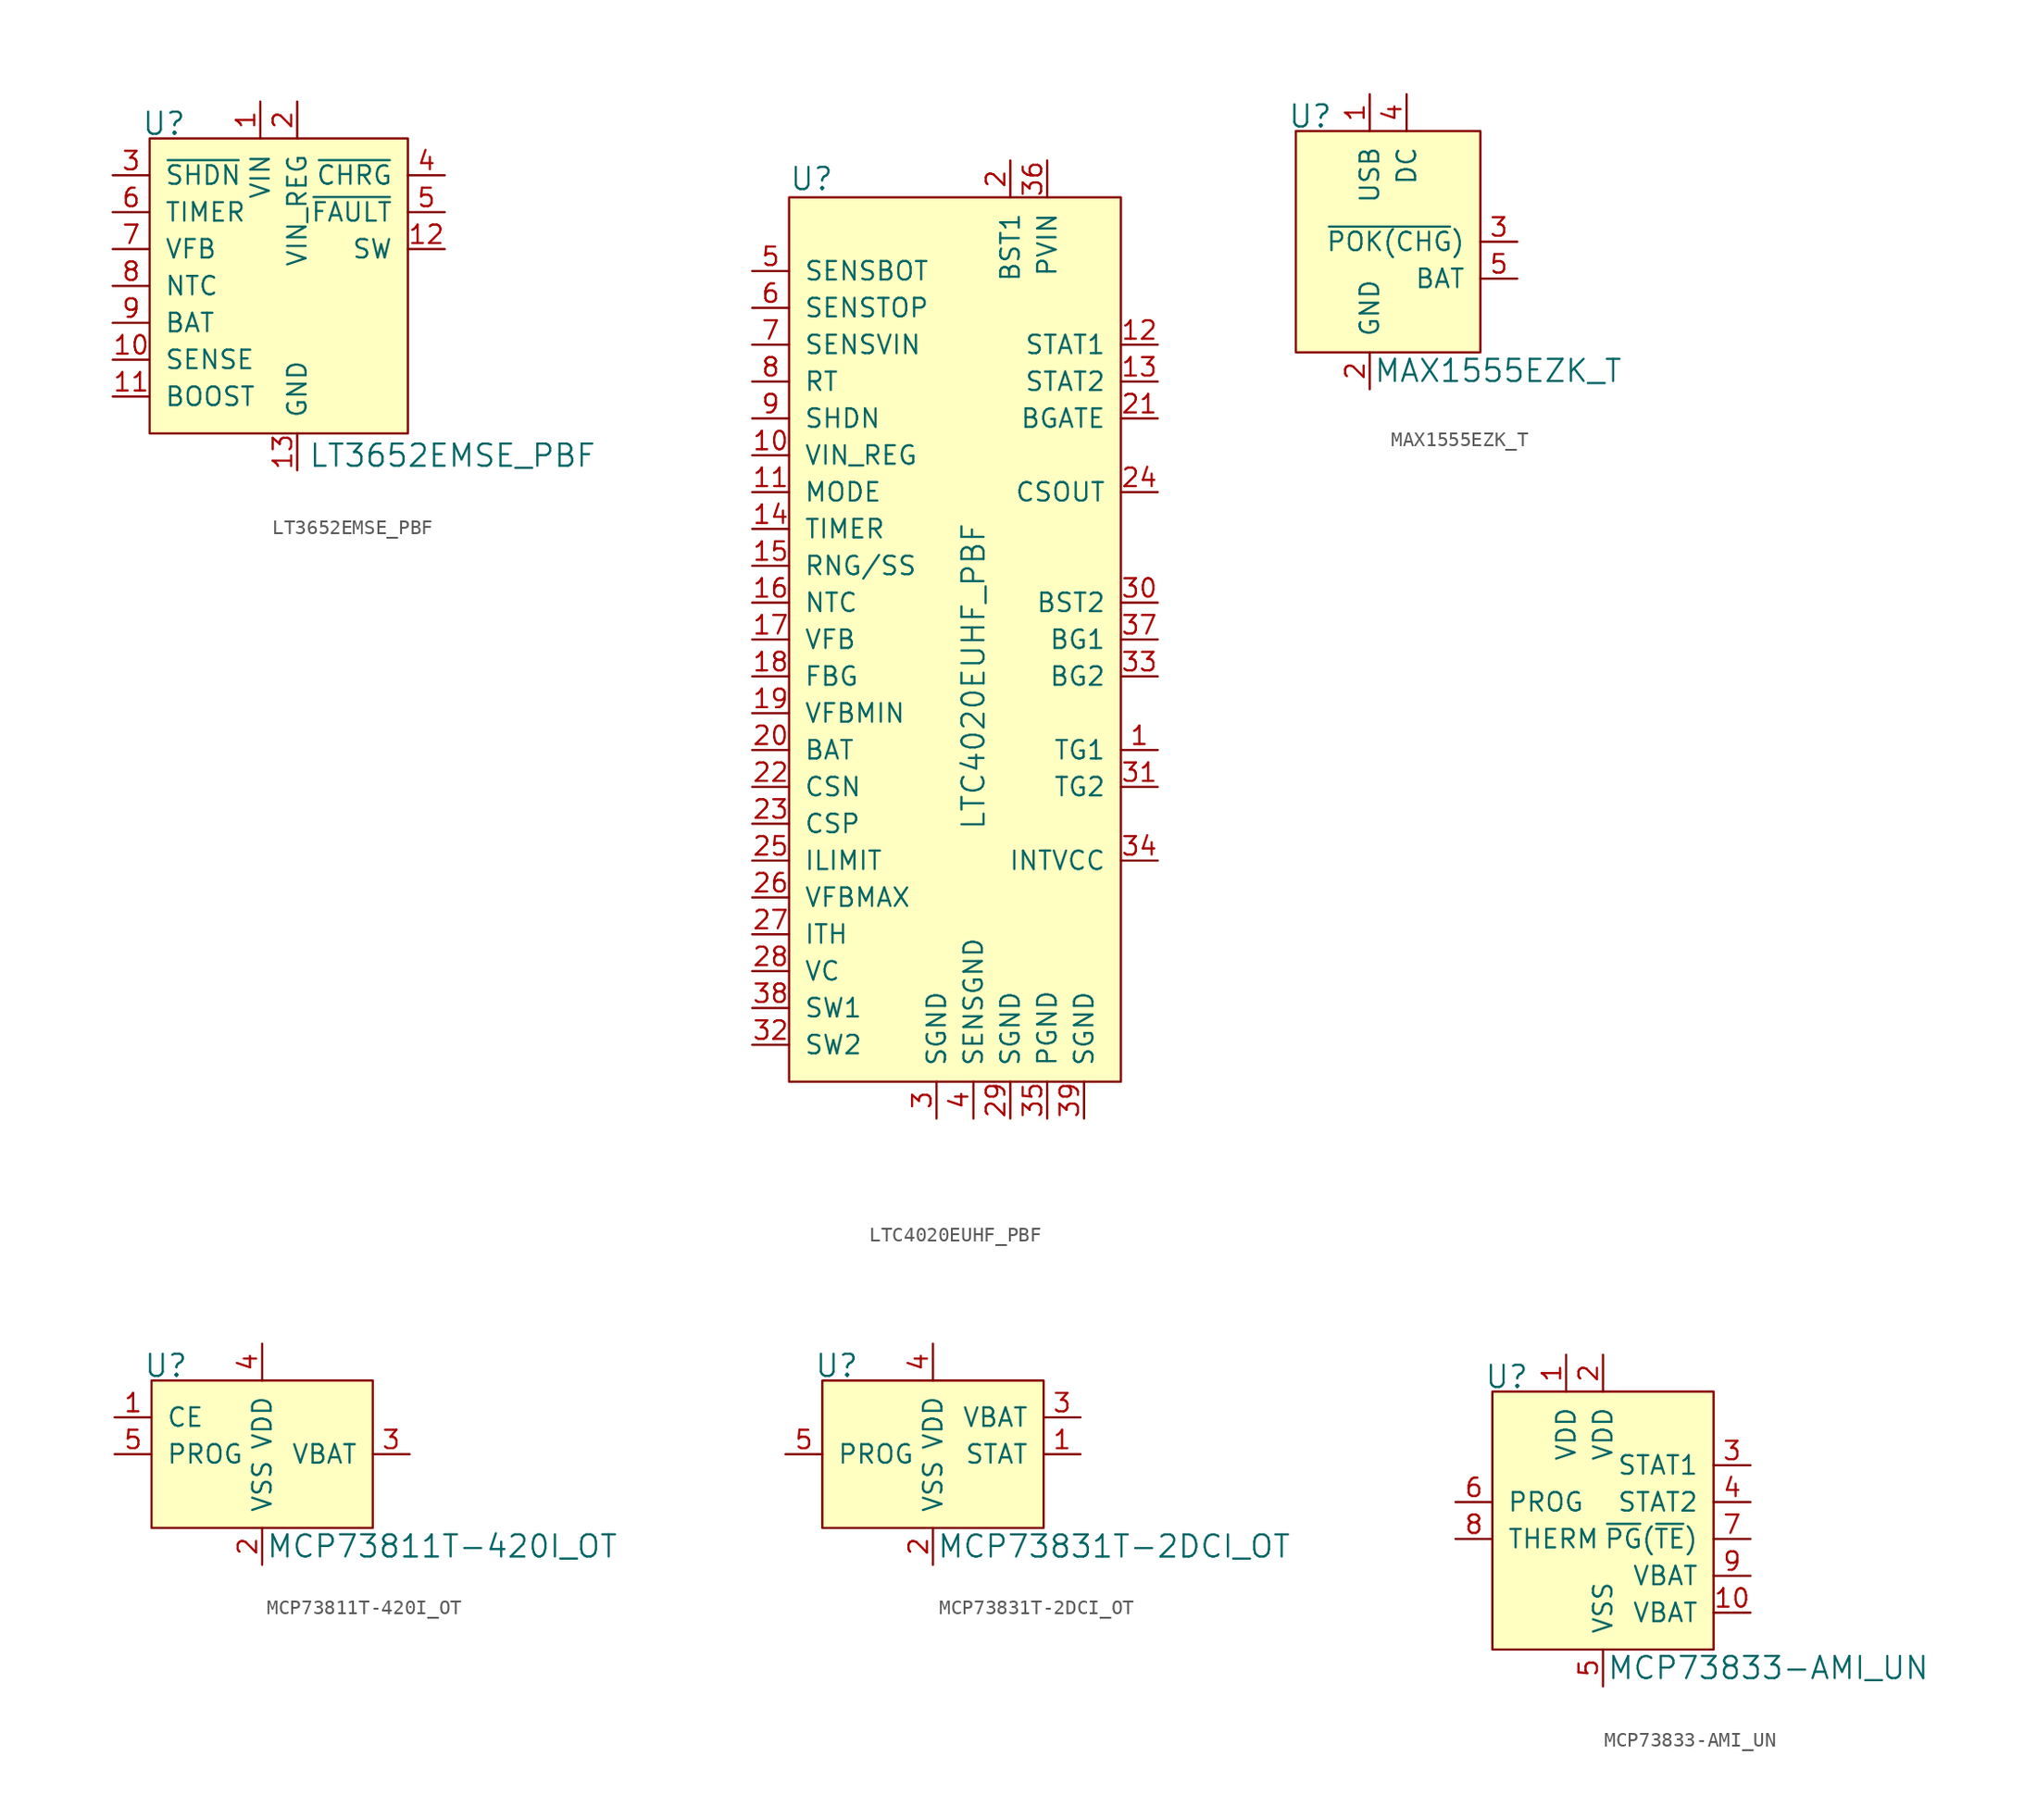
<source format=kicad_sym>
(kicad_symbol_lib
  (version 20220914)
  (generator kicad_symbol_editor)
  (symbol "LT3652EMSE_PBF"
    (pin_names
      (offset 1.016))
    (property "Reference" "U"
      (at -7.62 6.096 0)
      (effects (font (size 1.524 1.524)) (justify right)))
    (property "Value" "LT3652EMSE_PBF"
      (at 0.762 -16.764 0)
      (effects (font (size 1.524 1.524)) (justify left)))
    (symbol "LT3652EMSE_PBF_0_1"
      (rectangle (start -10.16 5.08) (end 7.62 -15.24) (stroke (width 0) (type default)) (fill (type background))))
    (symbol "LT3652EMSE_PBF_1_1"
      (pin power_in line (at -2.54 7.62 270) (length 2.54) (name "VIN" (effects (font (size 1.27 1.27)))) (number "1" (effects (font (size 1.27 1.27)))))
      (pin input line (at -12.7 -10.16 0) (length 2.54) (name "SENSE" (effects (font (size 1.27 1.27)))) (number "10" (effects (font (size 1.27 1.27)))))
      (pin input line (at -12.7 -12.7 0) (length 2.54) (name "BOOST" (effects (font (size 1.27 1.27)))) (number "11" (effects (font (size 1.27 1.27)))))
      (pin output line (at 10.16 -2.54 180) (length 2.54) (name "SW" (effects (font (size 1.27 1.27)))) (number "12" (effects (font (size 1.27 1.27)))))
      (pin power_in line (at 0 -17.78 90) (length 2.54) (name "GND" (effects (font (size 1.27 1.27)))) (number "13" (effects (font (size 1.27 1.27)))))
      (pin power_in line (at 0 7.62 270) (length 2.54) (name "VIN_REG" (effects (font (size 1.27 1.27)))) (number "2" (effects (font (size 1.27 1.27)))))
      (pin input line (at -12.7 2.54 0) (length 2.54) (name "~{SHDN}" (effects (font (size 1.27 1.27)))) (number "3" (effects (font (size 1.27 1.27)))))
      (pin output line (at 10.16 2.54 180) (length 2.54) (name "~{CHRG}" (effects (font (size 1.27 1.27)))) (number "4" (effects (font (size 1.27 1.27)))))
      (pin output line (at 10.16 0 180) (length 2.54) (name "~{FAULT}" (effects (font (size 1.27 1.27)))) (number "5" (effects (font (size 1.27 1.27)))))
      (pin input line (at -12.7 0 0) (length 2.54) (name "TIMER" (effects (font (size 1.27 1.27)))) (number "6" (effects (font (size 1.27 1.27)))))
      (pin input line (at -12.7 -2.54 0) (length 2.54) (name "VFB" (effects (font (size 1.27 1.27)))) (number "7" (effects (font (size 1.27 1.27)))))
      (pin input line (at -12.7 -5.08 0) (length 2.54) (name "NTC" (effects (font (size 1.27 1.27)))) (number "8" (effects (font (size 1.27 1.27)))))
      (pin input line (at -12.7 -7.62 0) (length 2.54) (name "BAT" (effects (font (size 1.27 1.27)))) (number "9" (effects (font (size 1.27 1.27)))))))
  (symbol "LTC4020EUHF_PBF"
    (pin_names
      (offset 1.016))
    (property "Reference" "U"
      (at -10.16 24.13 0)
      (effects (font (size 1.524 1.524)) (justify left)))
    (property "Value" "LTC4020EUHF_PBF"
      (at 2.54 -10.16 90)
      (effects (font (size 1.524 1.524))))
    (symbol "LTC4020EUHF_PBF_0_1"
      (rectangle (start -10.16 22.86) (end 12.7 -38.1) (stroke (width 0) (type default)) (fill (type background))))
    (symbol "LTC4020EUHF_PBF_1_1"
      (pin output line (at 15.24 -15.24 180) (length 2.54) (name "TG1" (effects (font (size 1.27 1.27)))) (number "1" (effects (font (size 1.27 1.27)))))
      (pin passive line (at -12.7 5.08 0) (length 2.54) (name "VIN_REG" (effects (font (size 1.27 1.27)))) (number "10" (effects (font (size 1.27 1.27)))))
      (pin input line (at -12.7 2.54 0) (length 2.54) (name "MODE" (effects (font (size 1.27 1.27)))) (number "11" (effects (font (size 1.27 1.27)))))
      (pin output line (at 15.24 12.7 180) (length 2.54) (name "STAT1" (effects (font (size 1.27 1.27)))) (number "12" (effects (font (size 1.27 1.27)))))
      (pin output line (at 15.24 10.16 180) (length 2.54) (name "STAT2" (effects (font (size 1.27 1.27)))) (number "13" (effects (font (size 1.27 1.27)))))
      (pin passive line (at -12.7 0 0) (length 2.54) (name "TIMER" (effects (font (size 1.27 1.27)))) (number "14" (effects (font (size 1.27 1.27)))))
      (pin input line (at -12.7 -2.54 0) (length 2.54) (name "RNG/SS" (effects (font (size 1.27 1.27)))) (number "15" (effects (font (size 1.27 1.27)))))
      (pin input line (at -12.7 -5.08 0) (length 2.54) (name "NTC" (effects (font (size 1.27 1.27)))) (number "16" (effects (font (size 1.27 1.27)))))
      (pin input line (at -12.7 -7.62 0) (length 2.54) (name "VFB" (effects (font (size 1.27 1.27)))) (number "17" (effects (font (size 1.27 1.27)))))
      (pin input line (at -12.7 -10.16 0) (length 2.54) (name "FBG" (effects (font (size 1.27 1.27)))) (number "18" (effects (font (size 1.27 1.27)))))
      (pin input line (at -12.7 -12.7 0) (length 2.54) (name "VFBMIN" (effects (font (size 1.27 1.27)))) (number "19" (effects (font (size 1.27 1.27)))))
      (pin power_in line (at 5.08 25.4 270) (length 2.54) (name "BST1" (effects (font (size 1.27 1.27)))) (number "2" (effects (font (size 1.27 1.27)))))
      (pin input line (at -12.7 -15.24 0) (length 2.54) (name "BAT" (effects (font (size 1.27 1.27)))) (number "20" (effects (font (size 1.27 1.27)))))
      (pin output line (at 15.24 7.62 180) (length 2.54) (name "BGATE" (effects (font (size 1.27 1.27)))) (number "21" (effects (font (size 1.27 1.27)))))
      (pin input line (at -12.7 -17.78 0) (length 2.54) (name "CSN" (effects (font (size 1.27 1.27)))) (number "22" (effects (font (size 1.27 1.27)))))
      (pin input line (at -12.7 -20.32 0) (length 2.54) (name "CSP" (effects (font (size 1.27 1.27)))) (number "23" (effects (font (size 1.27 1.27)))))
      (pin output line (at 15.24 2.54 180) (length 2.54) (name "CSOUT" (effects (font (size 1.27 1.27)))) (number "24" (effects (font (size 1.27 1.27)))))
      (pin input line (at -12.7 -22.86 0) (length 2.54) (name "ILIMIT" (effects (font (size 1.27 1.27)))) (number "25" (effects (font (size 1.27 1.27)))))
      (pin input line (at -12.7 -25.4 0) (length 2.54) (name "VFBMAX" (effects (font (size 1.27 1.27)))) (number "26" (effects (font (size 1.27 1.27)))))
      (pin input line (at -12.7 -27.94 0) (length 2.54) (name "ITH" (effects (font (size 1.27 1.27)))) (number "27" (effects (font (size 1.27 1.27)))))
      (pin input line (at -12.7 -30.48 0) (length 2.54) (name "VC" (effects (font (size 1.27 1.27)))) (number "28" (effects (font (size 1.27 1.27)))))
      (pin power_in line (at 5.08 -40.64 90) (length 2.54) (name "SGND" (effects (font (size 1.27 1.27)))) (number "29" (effects (font (size 1.27 1.27)))))
      (pin power_in line (at 0 -40.64 90) (length 2.54) (name "SGND" (effects (font (size 1.27 1.27)))) (number "3" (effects (font (size 1.27 1.27)))))
      (pin power_out line (at 15.24 -5.08 180) (length 2.54) (name "BST2" (effects (font (size 1.27 1.27)))) (number "30" (effects (font (size 1.27 1.27)))))
      (pin output line (at 15.24 -17.78 180) (length 2.54) (name "TG2" (effects (font (size 1.27 1.27)))) (number "31" (effects (font (size 1.27 1.27)))))
      (pin input line (at -12.7 -35.56 0) (length 2.54) (name "SW2" (effects (font (size 1.27 1.27)))) (number "32" (effects (font (size 1.27 1.27)))))
      (pin output line (at 15.24 -10.16 180) (length 2.54) (name "BG2" (effects (font (size 1.27 1.27)))) (number "33" (effects (font (size 1.27 1.27)))))
      (pin power_out line (at 15.24 -22.86 180) (length 2.54) (name "INTVCC" (effects (font (size 1.27 1.27)))) (number "34" (effects (font (size 1.27 1.27)))))
      (pin power_in line (at 7.62 -40.64 90) (length 2.54) (name "PGND" (effects (font (size 1.27 1.27)))) (number "35" (effects (font (size 1.27 1.27)))))
      (pin power_in line (at 7.62 25.4 270) (length 2.54) (name "PVIN" (effects (font (size 1.27 1.27)))) (number "36" (effects (font (size 1.27 1.27)))))
      (pin output line (at 15.24 -7.62 180) (length 2.54) (name "BG1" (effects (font (size 1.27 1.27)))) (number "37" (effects (font (size 1.27 1.27)))))
      (pin input line (at -12.7 -33.02 0) (length 2.54) (name "SW1" (effects (font (size 1.27 1.27)))) (number "38" (effects (font (size 1.27 1.27)))))
      (pin input line (at 10.16 -40.64 90) (length 2.54) (name "SGND" (effects (font (size 1.27 1.27)))) (number "39" (effects (font (size 1.27 1.27)))))
      (pin power_in line (at 2.54 -40.64 90) (length 2.54) (name "SENSGND" (effects (font (size 1.27 1.27)))) (number "4" (effects (font (size 1.27 1.27)))))
      (pin input line (at -12.7 17.78 0) (length 2.54) (name "SENSBOT" (effects (font (size 1.27 1.27)))) (number "5" (effects (font (size 1.27 1.27)))))
      (pin input line (at -12.7 15.24 0) (length 2.54) (name "SENSTOP" (effects (font (size 1.27 1.27)))) (number "6" (effects (font (size 1.27 1.27)))))
      (pin input line (at -12.7 12.7 0) (length 2.54) (name "SENSVIN" (effects (font (size 1.27 1.27)))) (number "7" (effects (font (size 1.27 1.27)))))
      (pin passive line (at -12.7 10.16 0) (length 2.54) (name "RT" (effects (font (size 1.27 1.27)))) (number "8" (effects (font (size 1.27 1.27)))))
      (pin input line (at -12.7 7.62 0) (length 2.54) (name "SHDN" (effects (font (size 1.27 1.27)))) (number "9" (effects (font (size 1.27 1.27)))))))
  (symbol "MAX1555EZK_T"
    (pin_names
      (offset 1.016))
    (property "Reference" "U"
      (at -5.08 8.636 0)
      (effects (font (size 1.524 1.524)) (justify right)))
    (property "Value" "MAX1555EZK_T"
      (at -2.286 -8.89 0)
      (effects (font (size 1.524 1.524)) (justify left)))
    (symbol "MAX1555EZK_T_0_1"
      (rectangle (start 5.08 7.62) (end -7.62 -7.62) (stroke (width 0) (type default)) (fill (type background))))
    (symbol "MAX1555EZK_T_1_1"
      (pin power_in line (at -2.54 10.16 270) (length 2.54) (name "USB" (effects (font (size 1.27 1.27)))) (number "1" (effects (font (size 1.27 1.27)))))
      (pin power_in line (at -2.54 -10.16 90) (length 2.54) (name "GND" (effects (font (size 1.27 1.27)))) (number "2" (effects (font (size 1.27 1.27)))))
      (pin output line (at 7.62 0 180) (length 2.54) (name "~{POK(CHG})" (effects (font (size 1.27 1.27)))) (number "3" (effects (font (size 1.27 1.27)))))
      (pin power_in line (at 0 10.16 270) (length 2.54) (name "DC" (effects (font (size 1.27 1.27)))) (number "4" (effects (font (size 1.27 1.27)))))
      (pin power_out line (at 7.62 -2.54 180) (length 2.54) (name "BAT" (effects (font (size 1.27 1.27)))) (number "5" (effects (font (size 1.27 1.27)))))))
  (symbol "MCP73811T-420I_OT"
    (pin_names
      (offset 1.016))
    (property "Reference" "U"
      (at -5.08 6.096 0)
      (effects (font (size 1.524 1.524)) (justify right)))
    (property "Value" "MCP73811T-420I_OT"
      (at 0.254 -6.35 0)
      (effects (font (size 1.524 1.524)) (justify left)))
    (symbol "MCP73811T-420I_OT_0_1"
      (rectangle (start -7.62 5.08) (end 7.62 -5.08) (stroke (width 0) (type default)) (fill (type background))))
    (symbol "MCP73811T-420I_OT_1_1"
      (pin input line (at -10.16 2.54 0) (length 2.54) (name "CE" (effects (font (size 1.27 1.27)))) (number "1" (effects (font (size 1.27 1.27)))))
      (pin power_in line (at 0 -7.62 90) (length 2.54) (name "VSS" (effects (font (size 1.27 1.27)))) (number "2" (effects (font (size 1.27 1.27)))))
      (pin power_out line (at 10.16 0 180) (length 2.54) (name "VBAT" (effects (font (size 1.27 1.27)))) (number "3" (effects (font (size 1.27 1.27)))))
      (pin power_in line (at 0 7.62 270) (length 2.54) (name "VDD" (effects (font (size 1.27 1.27)))) (number "4" (effects (font (size 1.27 1.27)))))
      (pin input line (at -10.16 0 0) (length 2.54) (name "PROG" (effects (font (size 1.27 1.27)))) (number "5" (effects (font (size 1.27 1.27)))))))
  (symbol "MCP73831T-2DCI_OT"
    (pin_names
      (offset 1.016))
    (property "Reference" "U"
      (at -5.08 3.556 0)
      (effects (font (size 1.524 1.524)) (justify right)))
    (property "Value" "MCP73831T-2DCI_OT"
      (at 0.254 -8.89 0)
      (effects (font (size 1.524 1.524)) (justify left)))
    (symbol "MCP73831T-2DCI_OT_0_1"
      (rectangle (start 7.62 2.54) (end -7.62 -7.62) (stroke (width 0) (type default)) (fill (type background))))
    (symbol "MCP73831T-2DCI_OT_1_1"
      (pin output line (at 10.16 -2.54 180) (length 2.54) (name "STAT" (effects (font (size 1.27 1.27)))) (number "1" (effects (font (size 1.27 1.27)))))
      (pin power_in line (at 0 -10.16 90) (length 2.54) (name "VSS" (effects (font (size 1.27 1.27)))) (number "2" (effects (font (size 1.27 1.27)))))
      (pin power_out line (at 10.16 0 180) (length 2.54) (name "VBAT" (effects (font (size 1.27 1.27)))) (number "3" (effects (font (size 1.27 1.27)))))
      (pin power_in line (at 0 5.08 270) (length 2.54) (name "VDD" (effects (font (size 1.27 1.27)))) (number "4" (effects (font (size 1.27 1.27)))))
      (pin input line (at -10.16 -2.54 0) (length 2.54) (name "PROG" (effects (font (size 1.27 1.27)))) (number "5" (effects (font (size 1.27 1.27)))))))
  (symbol "MCP73833-AMI_UN"
    (pin_names
      (offset 1.016))
    (property "Reference" "U"
      (at -2.54 6.096 0)
      (effects (font (size 1.524 1.524)) (justify right)))
    (property "Value" "MCP73833-AMI_UN"
      (at 2.794 -13.97 0)
      (effects (font (size 1.524 1.524)) (justify left)))
    (symbol "MCP73833-AMI_UN_0_1"
      (rectangle (start -5.08 5.08) (end 10.16 -12.7) (stroke (width 0) (type default)) (fill (type background))))
    (symbol "MCP73833-AMI_UN_1_1"
      (pin power_in line (at 0 7.62 270) (length 2.54) (name "VDD" (effects (font (size 1.27 1.27)))) (number "1" (effects (font (size 1.27 1.27)))))
      (pin power_out line (at 12.7 -10.16 180) (length 2.54) (name "VBAT" (effects (font (size 1.27 1.27)))) (number "10" (effects (font (size 1.27 1.27)))))
      (pin power_in line (at 2.54 7.62 270) (length 2.54) (name "VDD" (effects (font (size 1.27 1.27)))) (number "2" (effects (font (size 1.27 1.27)))))
      (pin output line (at 12.7 0 180) (length 2.54) (name "STAT1" (effects (font (size 1.27 1.27)))) (number "3" (effects (font (size 1.27 1.27)))))
      (pin output line (at 12.7 -2.54 180) (length 2.54) (name "STAT2" (effects (font (size 1.27 1.27)))) (number "4" (effects (font (size 1.27 1.27)))))
      (pin power_in line (at 2.54 -15.24 90) (length 2.54) (name "VSS" (effects (font (size 1.27 1.27)))) (number "5" (effects (font (size 1.27 1.27)))))
      (pin input line (at -7.62 -2.54 0) (length 2.54) (name "PROG" (effects (font (size 1.27 1.27)))) (number "6" (effects (font (size 1.27 1.27)))))
      (pin output line (at 12.7 -5.08 180) (length 2.54) (name "~{PG}(~{TE})" (effects (font (size 1.27 1.27)))) (number "7" (effects (font (size 1.27 1.27)))))
      (pin input line (at -7.62 -5.08 0) (length 2.54) (name "THERM" (effects (font (size 1.27 1.27)))) (number "8" (effects (font (size 1.27 1.27)))))
      (pin power_out line (at 12.7 -7.62 180) (length 2.54) (name "VBAT" (effects (font (size 1.27 1.27)))) (number "9" (effects (font (size 1.27 1.27))))))))
</source>
